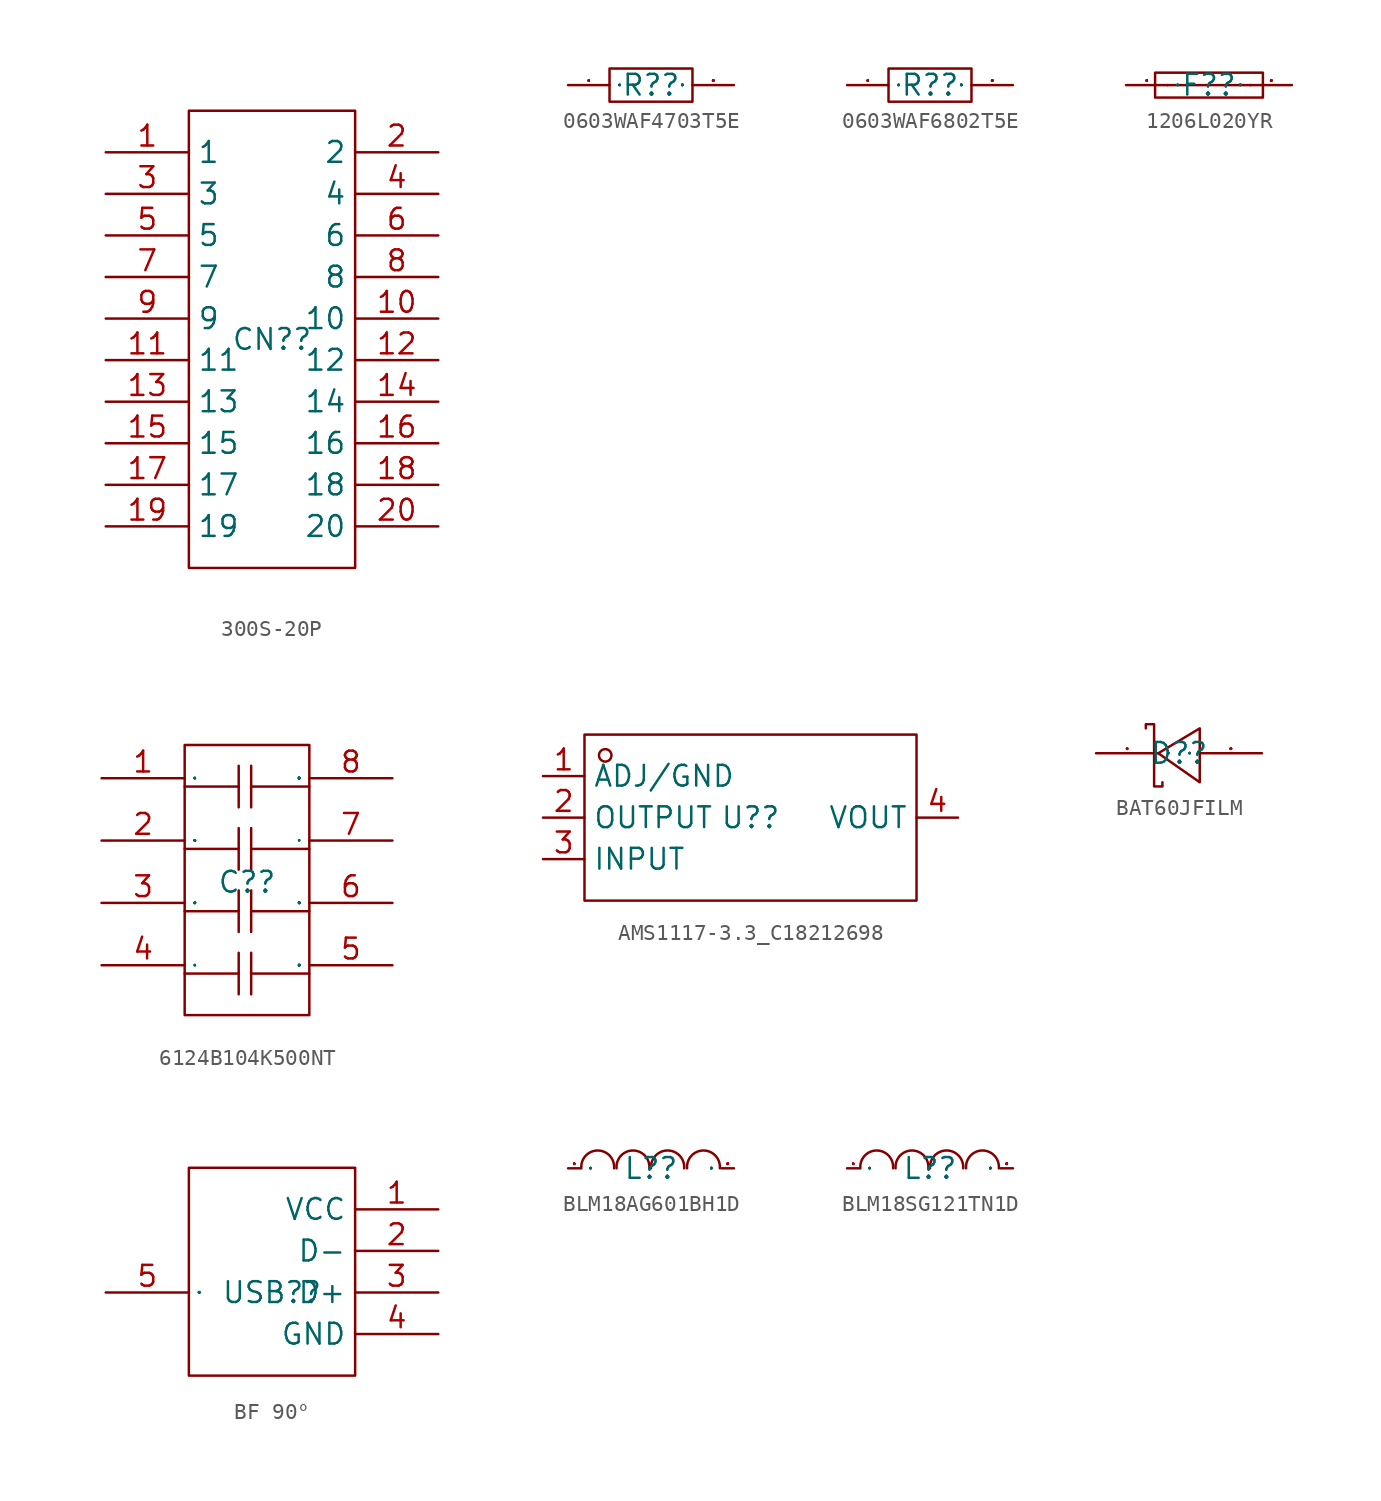
<source format=kicad_sym>
(kicad_symbol_lib
  (version 20231120)
  (generator "kicad_symbol_editor")
  (generator_version "8.0")
  (symbol "300S-20P"
    (property "Reference" "CN?"
      (at 0 0 0)
      (effects (font (size 1.27 1.27))))
    (property "Value" ""
      (at 0 0 0)
      (effects (font (size 1.27 1.27))))
    (symbol "300S-20P_1_0"
      (rectangle (start -5.08 -13.97) (end 5.08 13.97) (stroke (width 0) (type default)) (fill (type none)))
      (pin input line (at -10.16 11.43 0) (length 5.08) (name "1" (effects (font (size 1.27 1.27)))) (number "1" (effects (font (size 1.27 1.27)))))
      (pin input line (at 10.16 1.27 180) (length 5.08) (name "10" (effects (font (size 1.27 1.27)))) (number "10" (effects (font (size 1.27 1.27)))))
      (pin input line (at -10.16 -1.27 0) (length 5.08) (name "11" (effects (font (size 1.27 1.27)))) (number "11" (effects (font (size 1.27 1.27)))))
      (pin input line (at 10.16 -1.27 180) (length 5.08) (name "12" (effects (font (size 1.27 1.27)))) (number "12" (effects (font (size 1.27 1.27)))))
      (pin input line (at -10.16 -3.81 0) (length 5.08) (name "13" (effects (font (size 1.27 1.27)))) (number "13" (effects (font (size 1.27 1.27)))))
      (pin input line (at 10.16 -3.81 180) (length 5.08) (name "14" (effects (font (size 1.27 1.27)))) (number "14" (effects (font (size 1.27 1.27)))))
      (pin input line (at -10.16 -6.35 0) (length 5.08) (name "15" (effects (font (size 1.27 1.27)))) (number "15" (effects (font (size 1.27 1.27)))))
      (pin input line (at 10.16 -6.35 180) (length 5.08) (name "16" (effects (font (size 1.27 1.27)))) (number "16" (effects (font (size 1.27 1.27)))))
      (pin input line (at -10.16 -8.89 0) (length 5.08) (name "17" (effects (font (size 1.27 1.27)))) (number "17" (effects (font (size 1.27 1.27)))))
      (pin input line (at 10.16 -8.89 180) (length 5.08) (name "18" (effects (font (size 1.27 1.27)))) (number "18" (effects (font (size 1.27 1.27)))))
      (pin input line (at -10.16 -11.43 0) (length 5.08) (name "19" (effects (font (size 1.27 1.27)))) (number "19" (effects (font (size 1.27 1.27)))))
      (pin input line (at 10.16 11.43 180) (length 5.08) (name "2" (effects (font (size 1.27 1.27)))) (number "2" (effects (font (size 1.27 1.27)))))
      (pin input line (at 10.16 -11.43 180) (length 5.08) (name "20" (effects (font (size 1.27 1.27)))) (number "20" (effects (font (size 1.27 1.27)))))
      (pin input line (at -10.16 8.89 0) (length 5.08) (name "3" (effects (font (size 1.27 1.27)))) (number "3" (effects (font (size 1.27 1.27)))))
      (pin input line (at 10.16 8.89 180) (length 5.08) (name "4" (effects (font (size 1.27 1.27)))) (number "4" (effects (font (size 1.27 1.27)))))
      (pin input line (at -10.16 6.35 0) (length 5.08) (name "5" (effects (font (size 1.27 1.27)))) (number "5" (effects (font (size 1.27 1.27)))))
      (pin input line (at 10.16 6.35 180) (length 5.08) (name "6" (effects (font (size 1.27 1.27)))) (number "6" (effects (font (size 1.27 1.27)))))
      (pin input line (at -10.16 3.81 0) (length 5.08) (name "7" (effects (font (size 1.27 1.27)))) (number "7" (effects (font (size 1.27 1.27)))))
      (pin input line (at 10.16 3.81 180) (length 5.08) (name "8" (effects (font (size 1.27 1.27)))) (number "8" (effects (font (size 1.27 1.27)))))
      (pin input line (at -10.16 1.27 0) (length 5.08) (name "9" (effects (font (size 1.27 1.27)))) (number "9" (effects (font (size 1.27 1.27)))))))
  (symbol "0603WAF4703T5E"
    (property "Reference" "R?"
      (at 0 0 0)
      (effects (font (size 1.27 1.27))))
    (property "Value" ""
      (at 0 0 0)
      (effects (font (size 1.27 1.27))))
    (symbol "0603WAF4703T5E_1_0"
      (rectangle (start -2.54 -1.016) (end 2.54 1.016) (stroke (width 0) (type default)) (fill (type none)))
      (pin input line (at -5.08 0 0) (length 2.54) (name "1" (effects (font (size 0.025 0.025)))) (number "1" (effects (font (size 0.025 0.025)))))
      (pin input line (at 5.08 0 180) (length 2.54) (name "2" (effects (font (size 0.025 0.025)))) (number "2" (effects (font (size 0.025 0.025)))))))
  (symbol "0603WAF6802T5E"
    (property "Reference" "R?"
      (at 0 0 0)
      (effects (font (size 1.27 1.27))))
    (property "Value" ""
      (at 0 0 0)
      (effects (font (size 1.27 1.27))))
    (symbol "0603WAF6802T5E_1_0"
      (rectangle (start -2.54 -1.016) (end 2.54 1.016) (stroke (width 0) (type default)) (fill (type none)))
      (pin input line (at -5.08 0 0) (length 2.54) (name "1" (effects (font (size 0.025 0.025)))) (number "1" (effects (font (size 0.025 0.025)))))
      (pin input line (at 5.08 0 180) (length 2.54) (name "2" (effects (font (size 0.025 0.025)))) (number "2" (effects (font (size 0.025 0.025)))))))
  (symbol "1206L020YR"
    (property "Reference" "F?"
      (at 0 0 0)
      (effects (font (size 1.27 1.27))))
    (property "Value" ""
      (at 0 0 0)
      (effects (font (size 1.27 1.27))))
    (symbol "1206L020YR_1_0"
      (rectangle (start -3.302 -0.762) (end 3.302 0.762) (stroke (width 0) (type default)) (fill (type none)))
      (polyline (pts (xy -2.54 0) (xy 2.54 0)) (stroke (width 0) (type default)) (fill (type none)))
      (pin input line (at -5.08 0 0) (length 2.54) (name "1" (effects (font (size 0.025 0.025)))) (number "1" (effects (font (size 0.025 0.025)))))
      (pin input line (at 5.08 0 180) (length 2.54) (name "2" (effects (font (size 0.025 0.025)))) (number "2" (effects (font (size 0.025 0.025)))))))
  (symbol "6124B104K500NT"
    (property "Reference" "C?"
      (at 0 0 0)
      (effects (font (size 1.27 1.27))))
    (property "Value" ""
      (at 0 0 0)
      (effects (font (size 1.27 1.27))))
    (symbol "6124B104K500NT_1_0"
      (polyline (pts (xy -3.81 -5.588) (xy -0.508 -5.588)) (stroke (width 0) (type default)) (fill (type none)))
      (polyline (pts (xy -3.81 -1.778) (xy -0.508 -1.778)) (stroke (width 0) (type default)) (fill (type none)))
      (polyline (pts (xy -3.81 2.032) (xy -0.508 2.032)) (stroke (width 0) (type default)) (fill (type none)))
      (polyline (pts (xy -3.81 5.842) (xy -0.508 5.842)) (stroke (width 0) (type default)) (fill (type none)))
      (polyline (pts (xy -0.508 -4.318) (xy -0.508 -6.858)) (stroke (width 0) (type default)) (fill (type none)))
      (polyline (pts (xy -0.508 -0.508) (xy -0.508 -3.048)) (stroke (width 0) (type default)) (fill (type none)))
      (polyline (pts (xy -0.508 3.302) (xy -0.508 0.762)) (stroke (width 0) (type default)) (fill (type none)))
      (polyline (pts (xy -0.508 7.112) (xy -0.508 4.572)) (stroke (width 0) (type default)) (fill (type none)))
      (polyline (pts (xy 0.254 -5.588) (xy 3.81 -5.588)) (stroke (width 0) (type default)) (fill (type none)))
      (polyline (pts (xy 0.254 -4.318) (xy 0.254 -6.858)) (stroke (width 0) (type default)) (fill (type none)))
      (polyline (pts (xy 0.254 -1.778) (xy 3.81 -1.778)) (stroke (width 0) (type default)) (fill (type none)))
      (polyline (pts (xy 0.254 -0.508) (xy 0.254 -3.048)) (stroke (width 0) (type default)) (fill (type none)))
      (polyline (pts (xy 0.254 2.032) (xy 3.81 2.032)) (stroke (width 0) (type default)) (fill (type none)))
      (polyline (pts (xy 0.254 3.302) (xy 0.254 0.762)) (stroke (width 0) (type default)) (fill (type none)))
      (polyline (pts (xy 0.254 5.842) (xy 3.81 5.842)) (stroke (width 0) (type default)) (fill (type none)))
      (polyline (pts (xy 0.254 7.112) (xy 0.254 4.572)) (stroke (width 0) (type default)) (fill (type none)))
      (polyline (pts (xy 3.81 -8.128) (xy -3.81 -8.128) (xy -3.81 -8.128) (xy -3.81 8.382) (xy -3.81 8.382) (xy 3.81 8.382) (xy 3.81 8.382) (xy 3.81 -8.128)) (stroke (width 0) (type default)) (fill (type none)))
      (pin input line (at -8.89 6.35 0) (length 5.08) (name "1" (effects (font (size 0.025 0.025)))) (number "1" (effects (font (size 1.27 1.27)))))
      (pin input line (at -8.89 2.54 0) (length 5.08) (name "2" (effects (font (size 0.025 0.025)))) (number "2" (effects (font (size 1.27 1.27)))))
      (pin input line (at -8.89 -1.27 0) (length 5.08) (name "3" (effects (font (size 0.025 0.025)))) (number "3" (effects (font (size 1.27 1.27)))))
      (pin input line (at -8.89 -5.08 0) (length 5.08) (name "4" (effects (font (size 0.025 0.025)))) (number "4" (effects (font (size 1.27 1.27)))))
      (pin input line (at 8.89 -5.08 180) (length 5.08) (name "5" (effects (font (size 0.025 0.025)))) (number "5" (effects (font (size 1.27 1.27)))))
      (pin input line (at 8.89 -1.27 180) (length 5.08) (name "6" (effects (font (size 0.025 0.025)))) (number "6" (effects (font (size 1.27 1.27)))))
      (pin input line (at 8.89 2.54 180) (length 5.08) (name "7" (effects (font (size 0.025 0.025)))) (number "7" (effects (font (size 1.27 1.27)))))
      (pin input line (at 8.89 6.35 180) (length 5.08) (name "8" (effects (font (size 0.025 0.025)))) (number "8" (effects (font (size 1.27 1.27)))))))
  (symbol "AMS1117-3.3_C18212698"
    (property "Reference" "U?"
      (at 0 0 0)
      (effects (font (size 1.27 1.27))))
    (property "Value" ""
      (at 0 0 0)
      (effects (font (size 1.27 1.27))))
    (symbol "AMS1117-3.3_C18212698_1_0"
      (rectangle (start -10.16 -5.08) (end 10.16 5.08) (stroke (width 0) (type default)) (fill (type none)))
      (circle (center -8.89 3.81) (radius 0.381) (stroke (width 0) (type default)) (fill (type none)))
      (pin input line (at -12.7 2.54 0) (length 2.54) (name "ADJ/GND" (effects (font (size 1.27 1.27)))) (number "1" (effects (font (size 1.27 1.27)))))
      (pin input line (at -12.7 0 0) (length 2.54) (name "OUTPUT" (effects (font (size 1.27 1.27)))) (number "2" (effects (font (size 1.27 1.27)))))
      (pin input line (at -12.7 -2.54 0) (length 2.54) (name "INPUT" (effects (font (size 1.27 1.27)))) (number "3" (effects (font (size 1.27 1.27)))))
      (pin input line (at 12.7 0 180) (length 2.54) (name "VOUT" (effects (font (size 1.27 1.27)))) (number "4" (effects (font (size 1.27 1.27)))))))
  (symbol "BAT60JFILM"
    (property "Reference" "D?"
      (at 0 0 0)
      (effects (font (size 1.27 1.27))))
    (property "Value" ""
      (at 0 0 0)
      (effects (font (size 1.27 1.27))))
    (symbol "BAT60JFILM_1_0"
      (polyline (pts (xy 1.27 1.524) (xy -1.27 0) (xy -1.27 0) (xy 1.27 -1.778) (xy 1.27 -1.778) (xy 1.27 1.524)) (stroke (width 0) (type default)) (fill (type none)))
      (polyline (pts (xy -2.032 1.524) (xy -2.032 1.778) (xy -2.032 1.778) (xy -1.524 1.778) (xy -1.524 1.778) (xy -1.524 -2.032) (xy -1.524 -2.032) (xy -1.016 -2.032) (xy -1.016 -2.032) (xy -1.016 -1.778)) (stroke (width 0) (type default)) (fill (type none)))
      (pin input line (at -5.08 0 0) (length 3.81) (name "K" (effects (font (size 0.025 0.025)))) (number "1" (effects (font (size 0.025 0.025)))))
      (pin input line (at 5.08 0 180) (length 3.81) (name "A" (effects (font (size 0.025 0.025)))) (number "2" (effects (font (size 0.025 0.025)))))))
  (symbol "BF 90°"
    (property "Reference" "USB?"
      (at 0 0 0)
      (effects (font (size 1.27 1.27))))
    (property "Value" ""
      (at 0 0 0)
      (effects (font (size 1.27 1.27))))
    (symbol "BF 90°_1_0"
      (rectangle (start -5.08 -5.08) (end 5.08 7.62) (stroke (width 0) (type default)) (fill (type none)))
      (pin input line (at 10.16 5.08 180) (length 5.08) (name "VCC" (effects (font (size 1.27 1.27)))) (number "1" (effects (font (size 1.27 1.27)))))
      (pin input line (at 10.16 2.54 180) (length 5.08) (name "D-" (effects (font (size 1.27 1.27)))) (number "2" (effects (font (size 1.27 1.27)))))
      (pin input line (at 10.16 0 180) (length 5.08) (name "D+" (effects (font (size 1.27 1.27)))) (number "3" (effects (font (size 1.27 1.27)))))
      (pin input line (at 10.16 -2.54 180) (length 5.08) (name "GND" (effects (font (size 1.27 1.27)))) (number "4" (effects (font (size 1.27 1.27)))))
      (pin input line (at -10.16 0 0) (length 5.08) (name "EH" (effects (font (size 0.025 0.025)))) (number "5" (effects (font (size 1.27 1.27)))))))
  (symbol "BLM18AG601BH1D"
    (property "Reference" "L?"
      (at 0 0 0)
      (effects (font (size 1.27 1.27))))
    (property "Value" ""
      (at 0 0 0)
      (effects (font (size 1.27 1.27))))
    (symbol "BLM18AG601BH1D_1_0"
      (arc (start -2.2606 0) (mid -3.2639 1.0922) (end -4.2672 0) (stroke (width 0) (type default)) (fill (type none)))
      (arc (start -0.1016 0) (mid -1.1049 1.0922) (end -2.1082 0) (stroke (width 0) (type default)) (fill (type none)))
      (arc (start 2.032 0) (mid 1.016 1.0922) (end 0 0) (stroke (width 0) (type default)) (fill (type none)))
      (arc (start 4.2164 0) (mid 3.213 1.0923) (end 2.2098 0) (stroke (width 0) (type default)) (fill (type none)))
      (pin input line (at -5.08 0 0) (length 0.762) (name "1" (effects (font (size 0.025 0.025)))) (number "1" (effects (font (size 0.025 0.025)))))
      (pin input line (at 5.08 0 180) (length 0.762) (name "2" (effects (font (size 0.025 0.025)))) (number "2" (effects (font (size 0.025 0.025)))))))
  (symbol "BLM18SG121TN1D"
    (property "Reference" "L?"
      (at 0 0 0)
      (effects (font (size 1.27 1.27))))
    (property "Value" ""
      (at 0 0 0)
      (effects (font (size 1.27 1.27))))
    (symbol "BLM18SG121TN1D_1_0"
      (arc (start -2.2606 0) (mid -3.2639 1.0922) (end -4.2672 0) (stroke (width 0) (type default)) (fill (type none)))
      (arc (start -0.1016 0) (mid -1.1049 1.0922) (end -2.1082 0) (stroke (width 0) (type default)) (fill (type none)))
      (arc (start 2.032 0) (mid 1.016 1.0922) (end 0 0) (stroke (width 0) (type default)) (fill (type none)))
      (arc (start 4.2164 0) (mid 3.213 1.0923) (end 2.2098 0) (stroke (width 0) (type default)) (fill (type none)))
      (pin input line (at -5.08 0 0) (length 0.762) (name "1" (effects (font (size 0.025 0.025)))) (number "1" (effects (font (size 0.025 0.025)))))
      (pin input line (at 5.08 0 180) (length 0.762) (name "2" (effects (font (size 0.025 0.025)))) (number "2" (effects (font (size 0.025 0.025))))))))
</source>
